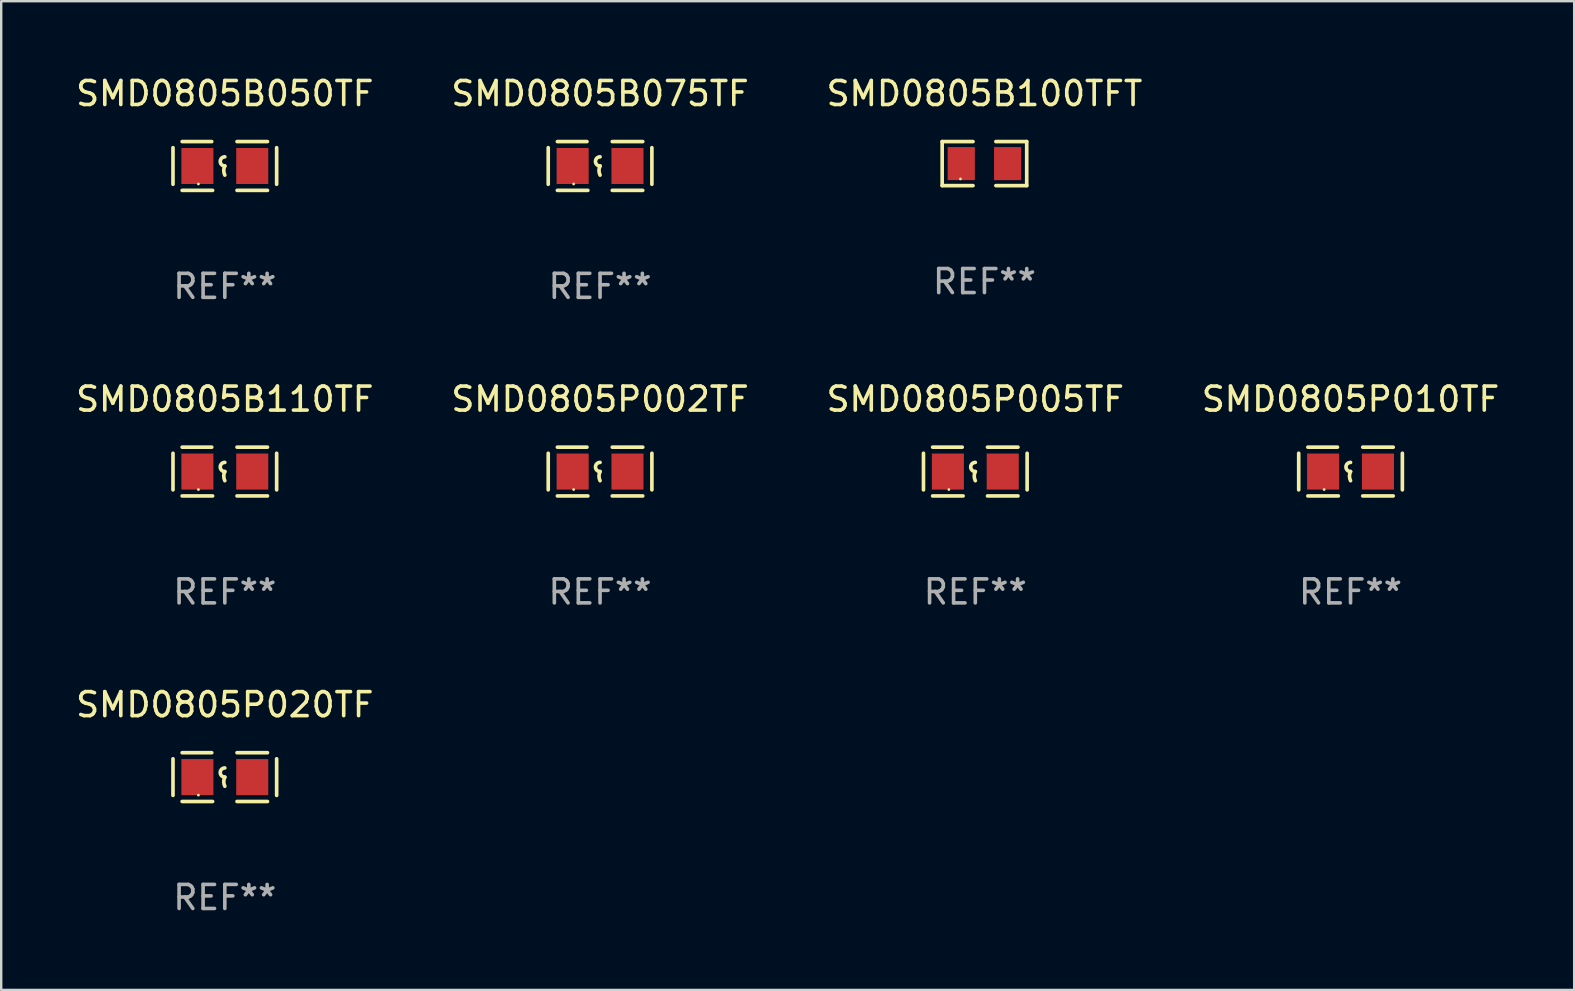
<source format=kicad_pcb>
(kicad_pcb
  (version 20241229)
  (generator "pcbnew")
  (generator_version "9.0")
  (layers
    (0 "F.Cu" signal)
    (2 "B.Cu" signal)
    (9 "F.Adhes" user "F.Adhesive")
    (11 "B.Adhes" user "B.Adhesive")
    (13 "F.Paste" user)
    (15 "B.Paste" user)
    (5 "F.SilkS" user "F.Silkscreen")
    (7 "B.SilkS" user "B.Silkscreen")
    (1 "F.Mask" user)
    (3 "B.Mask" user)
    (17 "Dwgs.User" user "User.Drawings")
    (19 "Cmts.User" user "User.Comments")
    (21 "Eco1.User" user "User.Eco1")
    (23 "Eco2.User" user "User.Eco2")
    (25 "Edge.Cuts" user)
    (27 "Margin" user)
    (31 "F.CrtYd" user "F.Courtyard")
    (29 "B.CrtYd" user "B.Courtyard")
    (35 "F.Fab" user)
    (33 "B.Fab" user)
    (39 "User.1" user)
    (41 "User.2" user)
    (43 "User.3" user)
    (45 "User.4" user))
  (footprint "SMD0805P020TF"
    (layer "F.Cu")
    (at 6.315 29.321)
    (property "Reference" "SMD0805P020TF" (at 0 -3.016 0) (layer "F.SilkS") (effects (font (size 1 1) (thickness 0.15))))
    (attr through_hole)
    (fp_line (start -2.159 -0.762) (end -2.159 0.762) (stroke (width 0.152) (type solid)) (layer "F.SilkS"))
    (fp_line (start -1.778 -1.016) (end -0.545 -1.016) (stroke (width 0.152) (type solid)) (layer "F.SilkS"))
    (fp_line (start -0.508 1.016) (end -1.778 1.016) (stroke (width 0.152) (type solid)) (layer "F.SilkS"))
    (fp_line (start 0.508 1.016) (end 1.778 1.016) (stroke (width 0.152) (type solid)) (layer "F.SilkS"))
    (fp_line (start 1.778 -1.016) (end 0.508 -1.016) (stroke (width 0.152) (type solid)) (layer "F.SilkS"))
    (fp_line (start 2.159 -0.762) (end 2.159 0.762) (stroke (width 0.152) (type solid)) (layer "F.SilkS"))
    (fp_arc (start 0 0) (mid -0.1905 -0.1905) (end 0 -0.381) (stroke (width 0.151994) (type solid)) (layer "F.SilkS"))
    (fp_arc (start 0 0.381001) (mid -0.044971 0.1905) (end 0 0) (stroke (width 0.151994) (type solid)) (layer "F.SilkS"))
    (fp_circle (center -1.1 0.75) (end -1.07 0.75) (stroke (width 0.06) (type solid)) (fill no) (layer "F.SilkS"))
    (fp_text user "REF**" (at 0 5.016 0) (layer "F.Fab") (effects (font (size 1 1) (thickness 0.15))))
    (pad "1" smd rect (at -1.142 0) (size 1.335 1.5) (layers "F.Cu" "F.Mask" "F.Paste"))
    (pad "2" smd rect (at 1.142 0) (size 1.335 1.5) (layers "F.Cu" "F.Mask" "F.Paste")))
  (footprint "SMD0805B075TF"
    (layer "F.Cu")
    (at 21.946 3.864)
    (property "Reference" "SMD0805B075TF" (at 0 -3.016 0) (layer "F.SilkS") (effects (font (size 1 1) (thickness 0.15))))
    (attr through_hole)
    (fp_line (start -2.159 -0.762) (end -2.159 0.762) (stroke (width 0.152) (type solid)) (layer "F.SilkS"))
    (fp_line (start -1.778 -1.016) (end -0.545 -1.016) (stroke (width 0.152) (type solid)) (layer "F.SilkS"))
    (fp_line (start -0.508 1.016) (end -1.778 1.016) (stroke (width 0.152) (type solid)) (layer "F.SilkS"))
    (fp_line (start 0.508 1.016) (end 1.778 1.016) (stroke (width 0.152) (type solid)) (layer "F.SilkS"))
    (fp_line (start 1.778 -1.016) (end 0.508 -1.016) (stroke (width 0.152) (type solid)) (layer "F.SilkS"))
    (fp_line (start 2.159 -0.762) (end 2.159 0.762) (stroke (width 0.152) (type solid)) (layer "F.SilkS"))
    (fp_arc (start 0 0) (mid -0.1905 -0.1905) (end 0 -0.381) (stroke (width 0.151994) (type solid)) (layer "F.SilkS"))
    (fp_arc (start 0 0.381001) (mid -0.044971 0.1905) (end 0 0) (stroke (width 0.151994) (type solid)) (layer "F.SilkS"))
    (fp_circle (center -1.1 0.75) (end -1.07 0.75) (stroke (width 0.06) (type solid)) (fill no) (layer "F.SilkS"))
    (fp_text user "REF**" (at 0 5.016 0) (layer "F.Fab") (effects (font (size 1 1) (thickness 0.15))))
    (pad "1" smd rect (at -1.142 0) (size 1.335 1.5) (layers "F.Cu" "F.Mask" "F.Paste"))
    (pad "2" smd rect (at 1.142 0) (size 1.335 1.5) (layers "F.Cu" "F.Mask" "F.Paste")))
  (footprint "SMD0805P005TF"
    (layer "F.Cu")
    (at 37.577 16.593)
    (property "Reference" "SMD0805P005TF" (at 0 -3.016 0) (layer "F.SilkS") (effects (font (size 1 1) (thickness 0.15))))
    (attr through_hole)
    (fp_line (start -2.159 -0.762) (end -2.159 0.762) (stroke (width 0.152) (type solid)) (layer "F.SilkS"))
    (fp_line (start -1.778 -1.016) (end -0.545 -1.016) (stroke (width 0.152) (type solid)) (layer "F.SilkS"))
    (fp_line (start -0.508 1.016) (end -1.778 1.016) (stroke (width 0.152) (type solid)) (layer "F.SilkS"))
    (fp_line (start 0.508 1.016) (end 1.778 1.016) (stroke (width 0.152) (type solid)) (layer "F.SilkS"))
    (fp_line (start 1.778 -1.016) (end 0.508 -1.016) (stroke (width 0.152) (type solid)) (layer "F.SilkS"))
    (fp_line (start 2.159 -0.762) (end 2.159 0.762) (stroke (width 0.152) (type solid)) (layer "F.SilkS"))
    (fp_arc (start 0 0) (mid -0.1905 -0.1905) (end 0 -0.381) (stroke (width 0.151994) (type solid)) (layer "F.SilkS"))
    (fp_arc (start 0 0.381001) (mid -0.044971 0.1905) (end 0 0) (stroke (width 0.151994) (type solid)) (layer "F.SilkS"))
    (fp_circle (center -1.1 0.75) (end -1.07 0.75) (stroke (width 0.06) (type solid)) (fill no) (layer "F.SilkS"))
    (fp_text user "REF**" (at 0 5.016 0) (layer "F.Fab") (effects (font (size 1 1) (thickness 0.15))))
    (pad "1" smd rect (at -1.142 0) (size 1.335 1.5) (layers "F.Cu" "F.Mask" "F.Paste"))
    (pad "2" smd rect (at 1.142 0) (size 1.335 1.5) (layers "F.Cu" "F.Mask" "F.Paste")))
  (footprint "SMD0805B050TF"
    (layer "F.Cu")
    (at 6.315 3.864)
    (property "Reference" "SMD0805B050TF" (at 0 -3.016 0) (layer "F.SilkS") (effects (font (size 1 1) (thickness 0.15))))
    (attr through_hole)
    (fp_line (start -2.159 -0.762) (end -2.159 0.762) (stroke (width 0.152) (type solid)) (layer "F.SilkS"))
    (fp_line (start -1.778 -1.016) (end -0.545 -1.016) (stroke (width 0.152) (type solid)) (layer "F.SilkS"))
    (fp_line (start -0.508 1.016) (end -1.778 1.016) (stroke (width 0.152) (type solid)) (layer "F.SilkS"))
    (fp_line (start 0.508 1.016) (end 1.778 1.016) (stroke (width 0.152) (type solid)) (layer "F.SilkS"))
    (fp_line (start 1.778 -1.016) (end 0.508 -1.016) (stroke (width 0.152) (type solid)) (layer "F.SilkS"))
    (fp_line (start 2.159 -0.762) (end 2.159 0.762) (stroke (width 0.152) (type solid)) (layer "F.SilkS"))
    (fp_arc (start 0 0) (mid -0.1905 -0.1905) (end 0 -0.381) (stroke (width 0.151994) (type solid)) (layer "F.SilkS"))
    (fp_arc (start 0 0.381001) (mid -0.044971 0.1905) (end 0 0) (stroke (width 0.151994) (type solid)) (layer "F.SilkS"))
    (fp_circle (center -1.1 0.75) (end -1.07 0.75) (stroke (width 0.06) (type solid)) (fill no) (layer "F.SilkS"))
    (fp_text user "REF**" (at 0 5.016 0) (layer "F.Fab") (effects (font (size 1 1) (thickness 0.15))))
    (pad "1" smd rect (at -1.142 0) (size 1.335 1.5) (layers "F.Cu" "F.Mask" "F.Paste"))
    (pad "2" smd rect (at 1.142 0) (size 1.335 1.5) (layers "F.Cu" "F.Mask" "F.Paste")))
  (footprint "SMD0805B110TF"
    (layer "F.Cu")
    (at 6.315 16.593)
    (property "Reference" "SMD0805B110TF" (at 0 -3.016 0) (layer "F.SilkS") (effects (font (size 1 1) (thickness 0.15))))
    (attr through_hole)
    (fp_line (start -2.159 -0.762) (end -2.159 0.762) (stroke (width 0.152) (type solid)) (layer "F.SilkS"))
    (fp_line (start -1.778 -1.016) (end -0.545 -1.016) (stroke (width 0.152) (type solid)) (layer "F.SilkS"))
    (fp_line (start -0.508 1.016) (end -1.778 1.016) (stroke (width 0.152) (type solid)) (layer "F.SilkS"))
    (fp_line (start 0.508 1.016) (end 1.778 1.016) (stroke (width 0.152) (type solid)) (layer "F.SilkS"))
    (fp_line (start 1.778 -1.016) (end 0.508 -1.016) (stroke (width 0.152) (type solid)) (layer "F.SilkS"))
    (fp_line (start 2.159 -0.762) (end 2.159 0.762) (stroke (width 0.152) (type solid)) (layer "F.SilkS"))
    (fp_arc (start 0 0) (mid -0.1905 -0.1905) (end 0 -0.381) (stroke (width 0.151994) (type solid)) (layer "F.SilkS"))
    (fp_arc (start 0 0.381001) (mid -0.044971 0.1905) (end 0 0) (stroke (width 0.151994) (type solid)) (layer "F.SilkS"))
    (fp_circle (center -1.1 0.75) (end -1.07 0.75) (stroke (width 0.06) (type solid)) (fill no) (layer "F.SilkS"))
    (fp_text user "REF**" (at 0 5.016 0) (layer "F.Fab") (effects (font (size 1 1) (thickness 0.15))))
    (pad "1" smd rect (at -1.142 0) (size 1.335 1.5) (layers "F.Cu" "F.Mask" "F.Paste"))
    (pad "2" smd rect (at 1.142 0) (size 1.335 1.5) (layers "F.Cu" "F.Mask" "F.Paste")))
  (footprint "SMD0805P010TF"
    (layer "F.Cu")
    (at 53.208 16.593)
    (property "Reference" "SMD0805P010TF" (at 0 -3.016 0) (layer "F.SilkS") (effects (font (size 1 1) (thickness 0.15))))
    (attr through_hole)
    (fp_line (start -2.159 -0.762) (end -2.159 0.762) (stroke (width 0.152) (type solid)) (layer "F.SilkS"))
    (fp_line (start -1.778 -1.016) (end -0.545 -1.016) (stroke (width 0.152) (type solid)) (layer "F.SilkS"))
    (fp_line (start -0.508 1.016) (end -1.778 1.016) (stroke (width 0.152) (type solid)) (layer "F.SilkS"))
    (fp_line (start 0.508 1.016) (end 1.778 1.016) (stroke (width 0.152) (type solid)) (layer "F.SilkS"))
    (fp_line (start 1.778 -1.016) (end 0.508 -1.016) (stroke (width 0.152) (type solid)) (layer "F.SilkS"))
    (fp_line (start 2.159 -0.762) (end 2.159 0.762) (stroke (width 0.152) (type solid)) (layer "F.SilkS"))
    (fp_arc (start 0 0) (mid -0.1905 -0.1905) (end 0 -0.381) (stroke (width 0.151994) (type solid)) (layer "F.SilkS"))
    (fp_arc (start 0 0.381001) (mid -0.044971 0.1905) (end 0 0) (stroke (width 0.151994) (type solid)) (layer "F.SilkS"))
    (fp_circle (center -1.1 0.75) (end -1.07 0.75) (stroke (width 0.06) (type solid)) (fill no) (layer "F.SilkS"))
    (fp_text user "REF**" (at 0 5.016 0) (layer "F.Fab") (effects (font (size 1 1) (thickness 0.15))))
    (pad "1" smd rect (at -1.142 0) (size 1.335 1.5) (layers "F.Cu" "F.Mask" "F.Paste"))
    (pad "2" smd rect (at 1.142 0) (size 1.335 1.5) (layers "F.Cu" "F.Mask" "F.Paste")))
  (footprint "SMD0805B100TFT"
    (layer "F.Cu")
    (at 37.958 3.765)
    (property "Reference" "SMD0805B100TFT" (at 0 -2.917 0) (layer "F.SilkS") (effects (font (size 1 1) (thickness 0.15))))
    (attr through_hole)
    (fp_line (start -1.761 -0.917) (end -0.476 -0.917) (stroke (width 0.152) (type solid)) (layer "F.SilkS"))
    (fp_line (start -1.761 0.917) (end -1.761 -0.917) (stroke (width 0.152) (type solid)) (layer "F.SilkS"))
    (fp_line (start -0.476 0.917) (end -1.761 0.917) (stroke (width 0.152) (type solid)) (layer "F.SilkS"))
    (fp_line (start 0.476 0.917) (end 1.761 0.917) (stroke (width 0.152) (type solid)) (layer "F.SilkS"))
    (fp_line (start 1.761 -0.917) (end 0.476 -0.917) (stroke (width 0.152) (type solid)) (layer "F.SilkS"))
    (fp_line (start 1.761 0.917) (end 1.761 -0.917) (stroke (width 0.152) (type solid)) (layer "F.SilkS"))
    (fp_circle (center -1 0.638) (end -0.97 0.638) (stroke (width 0.06) (type solid)) (fill no) (layer "F.SilkS"))
    (fp_text user "REF**" (at 0 4.917 0) (layer "F.Fab") (effects (font (size 1 1) (thickness 0.15))))
    (pad "1" smd rect (at -0.966 0) (size 1.133 1.377) (layers "F.Cu" "F.Mask" "F.Paste"))
    (pad "2" smd rect (at 0.966 0) (size 1.133 1.377) (layers "F.Cu" "F.Mask" "F.Paste")))
  (footprint "SMD0805P002TF"
    (layer "F.Cu")
    (at 21.946 16.593)
    (property "Reference" "SMD0805P002TF" (at 0 -3.016 0) (layer "F.SilkS") (effects (font (size 1 1) (thickness 0.15))))
    (attr through_hole)
    (fp_line (start -2.159 -0.762) (end -2.159 0.762) (stroke (width 0.152) (type solid)) (layer "F.SilkS"))
    (fp_line (start -1.778 -1.016) (end -0.545 -1.016) (stroke (width 0.152) (type solid)) (layer "F.SilkS"))
    (fp_line (start -0.508 1.016) (end -1.778 1.016) (stroke (width 0.152) (type solid)) (layer "F.SilkS"))
    (fp_line (start 0.508 1.016) (end 1.778 1.016) (stroke (width 0.152) (type solid)) (layer "F.SilkS"))
    (fp_line (start 1.778 -1.016) (end 0.508 -1.016) (stroke (width 0.152) (type solid)) (layer "F.SilkS"))
    (fp_line (start 2.159 -0.762) (end 2.159 0.762) (stroke (width 0.152) (type solid)) (layer "F.SilkS"))
    (fp_arc (start 0 0) (mid -0.1905 -0.1905) (end 0 -0.381) (stroke (width 0.151994) (type solid)) (layer "F.SilkS"))
    (fp_arc (start 0 0.381001) (mid -0.044971 0.1905) (end 0 0) (stroke (width 0.151994) (type solid)) (layer "F.SilkS"))
    (fp_circle (center -1.1 0.75) (end -1.07 0.75) (stroke (width 0.06) (type solid)) (fill no) (layer "F.SilkS"))
    (fp_text user "REF**" (at 0 5.016 0) (layer "F.Fab") (effects (font (size 1 1) (thickness 0.15))))
    (pad "1" smd rect (at -1.142 0) (size 1.335 1.5) (layers "F.Cu" "F.Mask" "F.Paste"))
    (pad "2" smd rect (at 1.142 0) (size 1.335 1.5) (layers "F.Cu" "F.Mask" "F.Paste")))
  (gr_rect
    (start -3 -3)
    (end 62.524 38.186)
    (stroke (width 0.1) (type default))
    (fill no)
    (layer "Edge.Cuts")))
</source>
